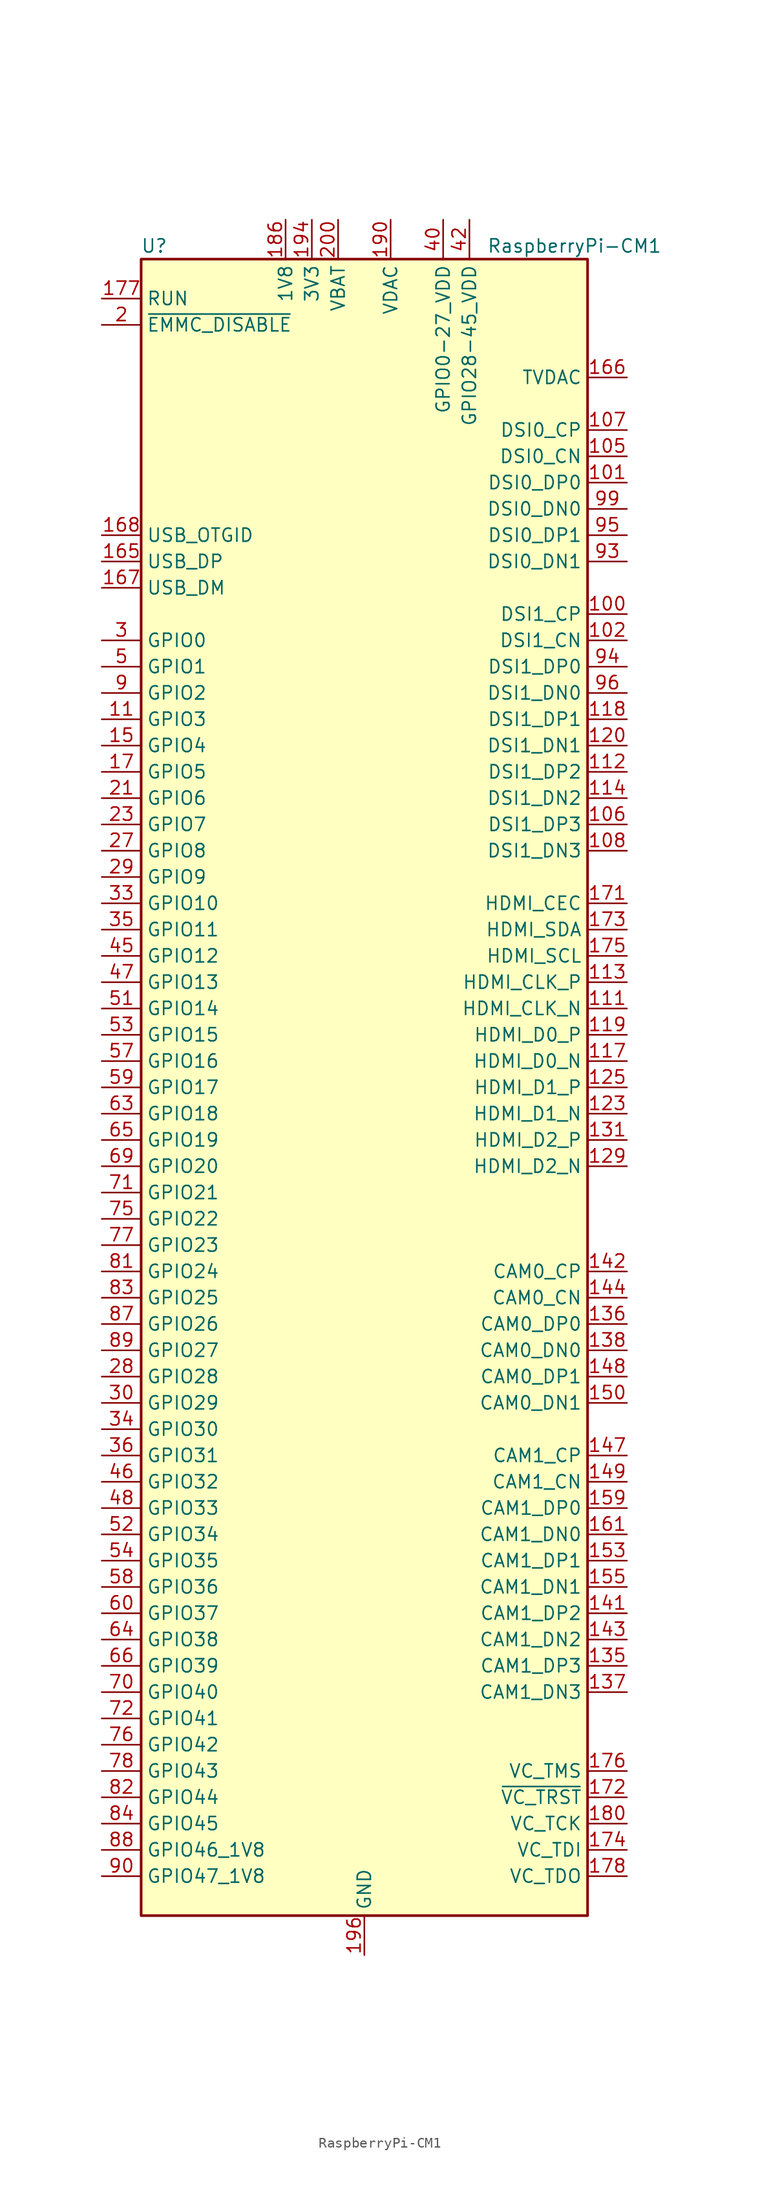
<source format=kicad_sym>
(kicad_symbol_lib
  (version 20201005)
  (generator kicad_symbol_editor)
  (symbol "MCU_Module:RaspberryPi-CM1"
    (property "Reference" "U"
      (at -20.32 81.28 0)
      (effects (font (size 1.27 1.27))))
    (property "Value" "RaspberryPi-CM1"
      (at 20.32 81.28 0)
      (effects (font (size 1.27 1.27))))
    (symbol "RaspberryPi-CM1_0_1"
      (rectangle (start -21.59 80.01) (end 21.59 -80.01) (stroke (width 0.254)) (fill (type background))))
    (symbol "RaspberryPi-CM1_1_1"
      (pin passive line (at 0 -83.82 90) (length 3.81) hide (name "GND" (effects (font (size 1.27 1.27)))) (number "1" (effects (font (size 1.27 1.27)))))
      (pin no_connect line (at -20.32 71.12 0) (length 2.54) hide (name "NC" (effects (font (size 1.27 1.27)))) (number "10" (effects (font (size 1.27 1.27)))))
      (pin output line (at 25.4 45.72 180) (length 3.81) (name "DSI1_CP" (effects (font (size 1.27 1.27)))) (number "100" (effects (font (size 1.27 1.27)))))
      (pin output line (at 25.4 58.42 180) (length 3.81) (name "DSI0_DP0" (effects (font (size 1.27 1.27)))) (number "101" (effects (font (size 1.27 1.27)))))
      (pin output line (at 25.4 43.18 180) (length 3.81) (name "DSI1_CN" (effects (font (size 1.27 1.27)))) (number "102" (effects (font (size 1.27 1.27)))))
      (pin passive line (at 0 -83.82 90) (length 3.81) hide (name "GND" (effects (font (size 1.27 1.27)))) (number "103" (effects (font (size 1.27 1.27)))))
      (pin passive line (at 0 -83.82 90) (length 3.81) hide (name "GND" (effects (font (size 1.27 1.27)))) (number "104" (effects (font (size 1.27 1.27)))))
      (pin output line (at 25.4 60.96 180) (length 3.81) (name "DSI0_CN" (effects (font (size 1.27 1.27)))) (number "105" (effects (font (size 1.27 1.27)))))
      (pin output line (at 25.4 25.4 180) (length 3.81) (name "DSI1_DP3" (effects (font (size 1.27 1.27)))) (number "106" (effects (font (size 1.27 1.27)))))
      (pin output line (at 25.4 63.5 180) (length 3.81) (name "DSI0_CP" (effects (font (size 1.27 1.27)))) (number "107" (effects (font (size 1.27 1.27)))))
      (pin output line (at 25.4 22.86 180) (length 3.81) (name "DSI1_DN3" (effects (font (size 1.27 1.27)))) (number "108" (effects (font (size 1.27 1.27)))))
      (pin passive line (at 0 -83.82 90) (length 3.81) hide (name "GND" (effects (font (size 1.27 1.27)))) (number "109" (effects (font (size 1.27 1.27)))))
      (pin bidirectional line (at -25.4 35.56 0) (length 3.81) (name "GPIO3" (effects (font (size 1.27 1.27)))) (number "11" (effects (font (size 1.27 1.27)))))
      (pin passive line (at 0 -83.82 90) (length 3.81) hide (name "GND" (effects (font (size 1.27 1.27)))) (number "110" (effects (font (size 1.27 1.27)))))
      (pin output line (at 25.4 7.62 180) (length 3.81) (name "HDMI_CLK_N" (effects (font (size 1.27 1.27)))) (number "111" (effects (font (size 1.27 1.27)))))
      (pin output line (at 25.4 30.48 180) (length 3.81) (name "DSI1_DP2" (effects (font (size 1.27 1.27)))) (number "112" (effects (font (size 1.27 1.27)))))
      (pin output line (at 25.4 10.16 180) (length 3.81) (name "HDMI_CLK_P" (effects (font (size 1.27 1.27)))) (number "113" (effects (font (size 1.27 1.27)))))
      (pin output line (at 25.4 27.94 180) (length 3.81) (name "DSI1_DN2" (effects (font (size 1.27 1.27)))) (number "114" (effects (font (size 1.27 1.27)))))
      (pin passive line (at 0 -83.82 90) (length 3.81) hide (name "GND" (effects (font (size 1.27 1.27)))) (number "115" (effects (font (size 1.27 1.27)))))
      (pin passive line (at 0 -83.82 90) (length 3.81) hide (name "GND" (effects (font (size 1.27 1.27)))) (number "116" (effects (font (size 1.27 1.27)))))
      (pin output line (at 25.4 2.54 180) (length 3.81) (name "HDMI_D0_N" (effects (font (size 1.27 1.27)))) (number "117" (effects (font (size 1.27 1.27)))))
      (pin output line (at 25.4 35.56 180) (length 3.81) (name "DSI1_DP1" (effects (font (size 1.27 1.27)))) (number "118" (effects (font (size 1.27 1.27)))))
      (pin output line (at 25.4 5.08 180) (length 3.81) (name "HDMI_D0_P" (effects (font (size 1.27 1.27)))) (number "119" (effects (font (size 1.27 1.27)))))
      (pin no_connect line (at -20.32 68.58 0) (length 2.54) hide (name "NC" (effects (font (size 1.27 1.27)))) (number "12" (effects (font (size 1.27 1.27)))))
      (pin output line (at 25.4 33.02 180) (length 3.81) (name "DSI1_DN1" (effects (font (size 1.27 1.27)))) (number "120" (effects (font (size 1.27 1.27)))))
      (pin passive line (at 0 -83.82 90) (length 3.81) hide (name "GND" (effects (font (size 1.27 1.27)))) (number "121" (effects (font (size 1.27 1.27)))))
      (pin passive line (at 0 -83.82 90) (length 3.81) hide (name "GND" (effects (font (size 1.27 1.27)))) (number "122" (effects (font (size 1.27 1.27)))))
      (pin output line (at 25.4 -2.54 180) (length 3.81) (name "HDMI_D1_N" (effects (font (size 1.27 1.27)))) (number "123" (effects (font (size 1.27 1.27)))))
      (pin no_connect line (at 20.32 76.2 180) (length 2.54) hide (name "NC" (effects (font (size 1.27 1.27)))) (number "124" (effects (font (size 1.27 1.27)))))
      (pin output line (at 25.4 0 180) (length 3.81) (name "HDMI_D1_P" (effects (font (size 1.27 1.27)))) (number "125" (effects (font (size 1.27 1.27)))))
      (pin no_connect line (at 20.32 73.66 180) (length 2.54) hide (name "NC" (effects (font (size 1.27 1.27)))) (number "126" (effects (font (size 1.27 1.27)))))
      (pin passive line (at 0 -83.82 90) (length 3.81) hide (name "GND" (effects (font (size 1.27 1.27)))) (number "127" (effects (font (size 1.27 1.27)))))
      (pin no_connect line (at 20.32 71.12 180) (length 2.54) hide (name "NC" (effects (font (size 1.27 1.27)))) (number "128" (effects (font (size 1.27 1.27)))))
      (pin output line (at 25.4 -7.62 180) (length 3.81) (name "HDMI_D2_N" (effects (font (size 1.27 1.27)))) (number "129" (effects (font (size 1.27 1.27)))))
      (pin passive line (at 0 -83.82 90) (length 3.81) hide (name "GND" (effects (font (size 1.27 1.27)))) (number "13" (effects (font (size 1.27 1.27)))))
      (pin no_connect line (at 20.32 66.04 180) (length 2.54) hide (name "NC" (effects (font (size 1.27 1.27)))) (number "130" (effects (font (size 1.27 1.27)))))
      (pin output line (at 25.4 -5.08 180) (length 3.81) (name "HDMI_D2_P" (effects (font (size 1.27 1.27)))) (number "131" (effects (font (size 1.27 1.27)))))
      (pin no_connect line (at 20.32 48.26 180) (length 2.54) hide (name "NC" (effects (font (size 1.27 1.27)))) (number "132" (effects (font (size 1.27 1.27)))))
      (pin passive line (at 0 -83.82 90) (length 3.81) hide (name "GND" (effects (font (size 1.27 1.27)))) (number "133" (effects (font (size 1.27 1.27)))))
      (pin passive line (at 0 -83.82 90) (length 3.81) hide (name "GND" (effects (font (size 1.27 1.27)))) (number "134" (effects (font (size 1.27 1.27)))))
      (pin input line (at 25.4 -55.88 180) (length 3.81) (name "CAM1_DP3" (effects (font (size 1.27 1.27)))) (number "135" (effects (font (size 1.27 1.27)))))
      (pin input line (at 25.4 -22.86 180) (length 3.81) (name "CAM0_DP0" (effects (font (size 1.27 1.27)))) (number "136" (effects (font (size 1.27 1.27)))))
      (pin input line (at 25.4 -58.42 180) (length 3.81) (name "CAM1_DN3" (effects (font (size 1.27 1.27)))) (number "137" (effects (font (size 1.27 1.27)))))
      (pin input line (at 25.4 -25.4 180) (length 3.81) (name "CAM0_DN0" (effects (font (size 1.27 1.27)))) (number "138" (effects (font (size 1.27 1.27)))))
      (pin passive line (at 0 -83.82 90) (length 3.81) hide (name "GND" (effects (font (size 1.27 1.27)))) (number "139" (effects (font (size 1.27 1.27)))))
      (pin no_connect line (at 5.08 -78.74 90) (length 2.54) hide (name "NC" (effects (font (size 1.27 1.27)))) (number "14" (effects (font (size 1.27 1.27)))))
      (pin passive line (at 0 -83.82 90) (length 3.81) hide (name "GND" (effects (font (size 1.27 1.27)))) (number "140" (effects (font (size 1.27 1.27)))))
      (pin input line (at 25.4 -50.8 180) (length 3.81) (name "CAM1_DP2" (effects (font (size 1.27 1.27)))) (number "141" (effects (font (size 1.27 1.27)))))
      (pin input line (at 25.4 -17.78 180) (length 3.81) (name "CAM0_CP" (effects (font (size 1.27 1.27)))) (number "142" (effects (font (size 1.27 1.27)))))
      (pin input line (at 25.4 -53.34 180) (length 3.81) (name "CAM1_DN2" (effects (font (size 1.27 1.27)))) (number "143" (effects (font (size 1.27 1.27)))))
      (pin input line (at 25.4 -20.32 180) (length 3.81) (name "CAM0_CN" (effects (font (size 1.27 1.27)))) (number "144" (effects (font (size 1.27 1.27)))))
      (pin passive line (at 0 -83.82 90) (length 3.81) hide (name "GND" (effects (font (size 1.27 1.27)))) (number "145" (effects (font (size 1.27 1.27)))))
      (pin passive line (at 0 -83.82 90) (length 3.81) hide (name "GND" (effects (font (size 1.27 1.27)))) (number "146" (effects (font (size 1.27 1.27)))))
      (pin input line (at 25.4 -35.56 180) (length 3.81) (name "CAM1_CP" (effects (font (size 1.27 1.27)))) (number "147" (effects (font (size 1.27 1.27)))))
      (pin input line (at 25.4 -27.94 180) (length 3.81) (name "CAM0_DP1" (effects (font (size 1.27 1.27)))) (number "148" (effects (font (size 1.27 1.27)))))
      (pin input line (at 25.4 -38.1 180) (length 3.81) (name "CAM1_CN" (effects (font (size 1.27 1.27)))) (number "149" (effects (font (size 1.27 1.27)))))
      (pin bidirectional line (at -25.4 33.02 0) (length 3.81) (name "GPIO4" (effects (font (size 1.27 1.27)))) (number "15" (effects (font (size 1.27 1.27)))))
      (pin input line (at 25.4 -30.48 180) (length 3.81) (name "CAM0_DN1" (effects (font (size 1.27 1.27)))) (number "150" (effects (font (size 1.27 1.27)))))
      (pin passive line (at 0 -83.82 90) (length 3.81) hide (name "GND" (effects (font (size 1.27 1.27)))) (number "151" (effects (font (size 1.27 1.27)))))
      (pin passive line (at 0 -83.82 90) (length 3.81) hide (name "GND" (effects (font (size 1.27 1.27)))) (number "152" (effects (font (size 1.27 1.27)))))
      (pin input line (at 25.4 -45.72 180) (length 3.81) (name "CAM1_DP1" (effects (font (size 1.27 1.27)))) (number "153" (effects (font (size 1.27 1.27)))))
      (pin no_connect line (at 20.32 -15.24 180) (length 2.54) hide (name "NC" (effects (font (size 1.27 1.27)))) (number "154" (effects (font (size 1.27 1.27)))))
      (pin input line (at 25.4 -48.26 180) (length 3.81) (name "CAM1_DN1" (effects (font (size 1.27 1.27)))) (number "155" (effects (font (size 1.27 1.27)))))
      (pin no_connect line (at 20.32 -12.7 180) (length 2.54) hide (name "NC" (effects (font (size 1.27 1.27)))) (number "156" (effects (font (size 1.27 1.27)))))
      (pin passive line (at 0 -83.82 90) (length 3.81) hide (name "GND" (effects (font (size 1.27 1.27)))) (number "157" (effects (font (size 1.27 1.27)))))
      (pin no_connect line (at 20.32 20.32 180) (length 2.54) hide (name "NC" (effects (font (size 1.27 1.27)))) (number "158" (effects (font (size 1.27 1.27)))))
      (pin input line (at 25.4 -40.64 180) (length 3.81) (name "CAM1_DP0" (effects (font (size 1.27 1.27)))) (number "159" (effects (font (size 1.27 1.27)))))
      (pin no_connect line (at -20.32 66.04 0) (length 2.54) hide (name "NC" (effects (font (size 1.27 1.27)))) (number "16" (effects (font (size 1.27 1.27)))))
      (pin no_connect line (at 20.32 -60.96 180) (length 2.54) hide (name "NC" (effects (font (size 1.27 1.27)))) (number "160" (effects (font (size 1.27 1.27)))))
      (pin input line (at 25.4 -43.18 180) (length 3.81) (name "CAM1_DN0" (effects (font (size 1.27 1.27)))) (number "161" (effects (font (size 1.27 1.27)))))
      (pin no_connect line (at 20.32 -63.5 180) (length 2.54) hide (name "NC" (effects (font (size 1.27 1.27)))) (number "162" (effects (font (size 1.27 1.27)))))
      (pin passive line (at 0 -83.82 90) (length 3.81) hide (name "GND" (effects (font (size 1.27 1.27)))) (number "163" (effects (font (size 1.27 1.27)))))
      (pin passive line (at 0 -83.82 90) (length 3.81) hide (name "GND" (effects (font (size 1.27 1.27)))) (number "164" (effects (font (size 1.27 1.27)))))
      (pin bidirectional line (at -25.4 50.8 0) (length 3.81) (name "USB_DP" (effects (font (size 1.27 1.27)))) (number "165" (effects (font (size 1.27 1.27)))))
      (pin output line (at 25.4 68.58 180) (length 3.81) (name "TVDAC" (effects (font (size 1.27 1.27)))) (number "166" (effects (font (size 1.27 1.27)))))
      (pin bidirectional line (at -25.4 48.26 0) (length 3.81) (name "USB_DM" (effects (font (size 1.27 1.27)))) (number "167" (effects (font (size 1.27 1.27)))))
      (pin passive line (at -25.4 53.34 0) (length 3.81) (name "USB_OTGID" (effects (font (size 1.27 1.27)))) (number "168" (effects (font (size 1.27 1.27)))))
      (pin passive line (at 0 -83.82 90) (length 3.81) hide (name "GND" (effects (font (size 1.27 1.27)))) (number "169" (effects (font (size 1.27 1.27)))))
      (pin bidirectional line (at -25.4 30.48 0) (length 3.81) (name "GPIO5" (effects (font (size 1.27 1.27)))) (number "17" (effects (font (size 1.27 1.27)))))
      (pin passive line (at 0 -83.82 90) (length 3.81) hide (name "GND" (effects (font (size 1.27 1.27)))) (number "170" (effects (font (size 1.27 1.27)))))
      (pin bidirectional line (at 25.4 17.78 180) (length 3.81) (name "HDMI_CEC" (effects (font (size 1.27 1.27)))) (number "171" (effects (font (size 1.27 1.27)))))
      (pin input line (at 25.4 -68.58 180) (length 3.81) (name "~VC_TRST" (effects (font (size 1.27 1.27)))) (number "172" (effects (font (size 1.27 1.27)))))
      (pin bidirectional line (at 25.4 15.24 180) (length 3.81) (name "HDMI_SDA" (effects (font (size 1.27 1.27)))) (number "173" (effects (font (size 1.27 1.27)))))
      (pin input line (at 25.4 -73.66 180) (length 3.81) (name "VC_TDI" (effects (font (size 1.27 1.27)))) (number "174" (effects (font (size 1.27 1.27)))))
      (pin bidirectional line (at 25.4 12.7 180) (length 3.81) (name "HDMI_SCL" (effects (font (size 1.27 1.27)))) (number "175" (effects (font (size 1.27 1.27)))))
      (pin input line (at 25.4 -66.04 180) (length 3.81) (name "VC_TMS" (effects (font (size 1.27 1.27)))) (number "176" (effects (font (size 1.27 1.27)))))
      (pin input line (at -25.4 76.2 0) (length 3.81) (name "RUN" (effects (font (size 1.27 1.27)))) (number "177" (effects (font (size 1.27 1.27)))))
      (pin output line (at 25.4 -76.2 180) (length 3.81) (name "VC_TDO" (effects (font (size 1.27 1.27)))) (number "178" (effects (font (size 1.27 1.27)))))
      (pin no_connect line (at 0 78.74 270) (length 2.54) hide (name "VDD_CORE_(DO_NOT_CONNECT)" (effects (font (size 1.27 1.27)))) (number "179" (effects (font (size 1.27 1.27)))))
      (pin no_connect line (at -20.32 63.5 0) (length 2.54) hide (name "NC" (effects (font (size 1.27 1.27)))) (number "18" (effects (font (size 1.27 1.27)))))
      (pin input line (at 25.4 -71.12 180) (length 3.81) (name "VC_TCK" (effects (font (size 1.27 1.27)))) (number "180" (effects (font (size 1.27 1.27)))))
      (pin passive line (at 0 -83.82 90) (length 3.81) hide (name "GND" (effects (font (size 1.27 1.27)))) (number "181" (effects (font (size 1.27 1.27)))))
      (pin passive line (at 0 -83.82 90) (length 3.81) hide (name "GND" (effects (font (size 1.27 1.27)))) (number "182" (effects (font (size 1.27 1.27)))))
      (pin passive line (at -7.62 83.82 270) (length 3.81) hide (name "1V8" (effects (font (size 1.27 1.27)))) (number "183" (effects (font (size 1.27 1.27)))))
      (pin passive line (at -7.62 83.82 270) (length 3.81) hide (name "1V8" (effects (font (size 1.27 1.27)))) (number "184" (effects (font (size 1.27 1.27)))))
      (pin passive line (at -7.62 83.82 270) (length 3.81) hide (name "1V8" (effects (font (size 1.27 1.27)))) (number "185" (effects (font (size 1.27 1.27)))))
      (pin power_in line (at -7.62 83.82 270) (length 3.81) (name "1V8" (effects (font (size 1.27 1.27)))) (number "186" (effects (font (size 1.27 1.27)))))
      (pin passive line (at 0 -83.82 90) (length 3.81) hide (name "GND" (effects (font (size 1.27 1.27)))) (number "187" (effects (font (size 1.27 1.27)))))
      (pin passive line (at 0 -83.82 90) (length 3.81) hide (name "GND" (effects (font (size 1.27 1.27)))) (number "188" (effects (font (size 1.27 1.27)))))
      (pin passive line (at 2.54 83.82 270) (length 3.81) hide (name "VDAC" (effects (font (size 1.27 1.27)))) (number "189" (effects (font (size 1.27 1.27)))))
      (pin passive line (at 0 -83.82 90) (length 3.81) hide (name "GND" (effects (font (size 1.27 1.27)))) (number "19" (effects (font (size 1.27 1.27)))))
      (pin power_in line (at 2.54 83.82 270) (length 3.81) (name "VDAC" (effects (font (size 1.27 1.27)))) (number "190" (effects (font (size 1.27 1.27)))))
      (pin passive line (at -5.08 83.82 270) (length 3.81) hide (name "3V3" (effects (font (size 1.27 1.27)))) (number "191" (effects (font (size 1.27 1.27)))))
      (pin passive line (at -5.08 83.82 270) (length 3.81) hide (name "3V3" (effects (font (size 1.27 1.27)))) (number "192" (effects (font (size 1.27 1.27)))))
      (pin passive line (at -5.08 83.82 270) (length 3.81) hide (name "3V3" (effects (font (size 1.27 1.27)))) (number "193" (effects (font (size 1.27 1.27)))))
      (pin power_in line (at -5.08 83.82 270) (length 3.81) (name "3V3" (effects (font (size 1.27 1.27)))) (number "194" (effects (font (size 1.27 1.27)))))
      (pin passive line (at 0 -83.82 90) (length 3.81) hide (name "GND" (effects (font (size 1.27 1.27)))) (number "195" (effects (font (size 1.27 1.27)))))
      (pin power_out line (at 0 -83.82 90) (length 3.81) (name "GND" (effects (font (size 1.27 1.27)))) (number "196" (effects (font (size 1.27 1.27)))))
      (pin passive line (at -2.54 83.82 270) (length 3.81) hide (name "VBAT" (effects (font (size 1.27 1.27)))) (number "197" (effects (font (size 1.27 1.27)))))
      (pin passive line (at -2.54 83.82 270) (length 3.81) hide (name "VBAT" (effects (font (size 1.27 1.27)))) (number "198" (effects (font (size 1.27 1.27)))))
      (pin passive line (at -2.54 83.82 270) (length 3.81) hide (name "VBAT" (effects (font (size 1.27 1.27)))) (number "199" (effects (font (size 1.27 1.27)))))
      (pin input line (at -25.4 73.66 0) (length 3.81) (name "~EMMC_DISABLE" (effects (font (size 1.27 1.27)))) (number "2" (effects (font (size 1.27 1.27)))))
      (pin no_connect line (at 7.62 -78.74 90) (length 2.54) hide (name "NC" (effects (font (size 1.27 1.27)))) (number "20" (effects (font (size 1.27 1.27)))))
      (pin power_in line (at -2.54 83.82 270) (length 3.81) (name "VBAT" (effects (font (size 1.27 1.27)))) (number "200" (effects (font (size 1.27 1.27)))))
      (pin bidirectional line (at -25.4 27.94 0) (length 3.81) (name "GPIO6" (effects (font (size 1.27 1.27)))) (number "21" (effects (font (size 1.27 1.27)))))
      (pin no_connect line (at -20.32 60.96 0) (length 2.54) hide (name "NC" (effects (font (size 1.27 1.27)))) (number "22" (effects (font (size 1.27 1.27)))))
      (pin bidirectional line (at -25.4 25.4 0) (length 3.81) (name "GPIO7" (effects (font (size 1.27 1.27)))) (number "23" (effects (font (size 1.27 1.27)))))
      (pin no_connect line (at -20.32 58.42 0) (length 2.54) hide (name "NC" (effects (font (size 1.27 1.27)))) (number "24" (effects (font (size 1.27 1.27)))))
      (pin passive line (at 0 -83.82 90) (length 3.81) hide (name "GND" (effects (font (size 1.27 1.27)))) (number "25" (effects (font (size 1.27 1.27)))))
      (pin passive line (at 0 -83.82 90) (length 3.81) hide (name "GND" (effects (font (size 1.27 1.27)))) (number "26" (effects (font (size 1.27 1.27)))))
      (pin bidirectional line (at -25.4 22.86 0) (length 3.81) (name "GPIO8" (effects (font (size 1.27 1.27)))) (number "27" (effects (font (size 1.27 1.27)))))
      (pin bidirectional line (at -25.4 -27.94 0) (length 3.81) (name "GPIO28" (effects (font (size 1.27 1.27)))) (number "28" (effects (font (size 1.27 1.27)))))
      (pin bidirectional line (at -25.4 20.32 0) (length 3.81) (name "GPIO9" (effects (font (size 1.27 1.27)))) (number "29" (effects (font (size 1.27 1.27)))))
      (pin bidirectional line (at -25.4 43.18 0) (length 3.81) (name "GPIO0" (effects (font (size 1.27 1.27)))) (number "3" (effects (font (size 1.27 1.27)))))
      (pin bidirectional line (at -25.4 -30.48 0) (length 3.81) (name "GPIO29" (effects (font (size 1.27 1.27)))) (number "30" (effects (font (size 1.27 1.27)))))
      (pin passive line (at 0 -83.82 90) (length 3.81) hide (name "GND" (effects (font (size 1.27 1.27)))) (number "31" (effects (font (size 1.27 1.27)))))
      (pin passive line (at 0 -83.82 90) (length 3.81) hide (name "GND" (effects (font (size 1.27 1.27)))) (number "32" (effects (font (size 1.27 1.27)))))
      (pin bidirectional line (at -25.4 17.78 0) (length 3.81) (name "GPIO10" (effects (font (size 1.27 1.27)))) (number "33" (effects (font (size 1.27 1.27)))))
      (pin bidirectional line (at -25.4 -33.02 0) (length 3.81) (name "GPIO30" (effects (font (size 1.27 1.27)))) (number "34" (effects (font (size 1.27 1.27)))))
      (pin bidirectional line (at -25.4 15.24 0) (length 3.81) (name "GPIO11" (effects (font (size 1.27 1.27)))) (number "35" (effects (font (size 1.27 1.27)))))
      (pin bidirectional line (at -25.4 -35.56 0) (length 3.81) (name "GPIO31" (effects (font (size 1.27 1.27)))) (number "36" (effects (font (size 1.27 1.27)))))
      (pin passive line (at 0 -83.82 90) (length 3.81) hide (name "GND" (effects (font (size 1.27 1.27)))) (number "37" (effects (font (size 1.27 1.27)))))
      (pin passive line (at 0 -83.82 90) (length 3.81) hide (name "GND" (effects (font (size 1.27 1.27)))) (number "38" (effects (font (size 1.27 1.27)))))
      (pin passive line (at 7.62 83.82 270) (length 3.81) hide (name "GPIO0-27_VDD" (effects (font (size 1.27 1.27)))) (number "39" (effects (font (size 1.27 1.27)))))
      (pin no_connect line (at 5.08 78.74 270) (length 2.54) hide (name "NC" (effects (font (size 1.27 1.27)))) (number "4" (effects (font (size 1.27 1.27)))))
      (pin power_in line (at 7.62 83.82 270) (length 3.81) (name "GPIO0-27_VDD" (effects (font (size 1.27 1.27)))) (number "40" (effects (font (size 1.27 1.27)))))
      (pin passive line (at 10.16 83.82 270) (length 3.81) hide (name "GPIO28-45_VDD" (effects (font (size 1.27 1.27)))) (number "41" (effects (font (size 1.27 1.27)))))
      (pin power_in line (at 10.16 83.82 270) (length 3.81) (name "GPIO28-45_VDD" (effects (font (size 1.27 1.27)))) (number "42" (effects (font (size 1.27 1.27)))))
      (pin passive line (at 0 -83.82 90) (length 3.81) hide (name "GND" (effects (font (size 1.27 1.27)))) (number "43" (effects (font (size 1.27 1.27)))))
      (pin passive line (at 0 -83.82 90) (length 3.81) hide (name "GND" (effects (font (size 1.27 1.27)))) (number "44" (effects (font (size 1.27 1.27)))))
      (pin bidirectional line (at -25.4 12.7 0) (length 3.81) (name "GPIO12" (effects (font (size 1.27 1.27)))) (number "45" (effects (font (size 1.27 1.27)))))
      (pin bidirectional line (at -25.4 -38.1 0) (length 3.81) (name "GPIO32" (effects (font (size 1.27 1.27)))) (number "46" (effects (font (size 1.27 1.27)))))
      (pin bidirectional line (at -25.4 10.16 0) (length 3.81) (name "GPIO13" (effects (font (size 1.27 1.27)))) (number "47" (effects (font (size 1.27 1.27)))))
      (pin bidirectional line (at -25.4 -40.64 0) (length 3.81) (name "GPIO33" (effects (font (size 1.27 1.27)))) (number "48" (effects (font (size 1.27 1.27)))))
      (pin passive line (at 0 -83.82 90) (length 3.81) hide (name "GND" (effects (font (size 1.27 1.27)))) (number "49" (effects (font (size 1.27 1.27)))))
      (pin bidirectional line (at -25.4 40.64 0) (length 3.81) (name "GPIO1" (effects (font (size 1.27 1.27)))) (number "5" (effects (font (size 1.27 1.27)))))
      (pin passive line (at 0 -83.82 90) (length 3.81) hide (name "GND" (effects (font (size 1.27 1.27)))) (number "50" (effects (font (size 1.27 1.27)))))
      (pin bidirectional line (at -25.4 7.62 0) (length 3.81) (name "GPIO14" (effects (font (size 1.27 1.27)))) (number "51" (effects (font (size 1.27 1.27)))))
      (pin bidirectional line (at -25.4 -43.18 0) (length 3.81) (name "GPIO34" (effects (font (size 1.27 1.27)))) (number "52" (effects (font (size 1.27 1.27)))))
      (pin bidirectional line (at -25.4 5.08 0) (length 3.81) (name "GPIO15" (effects (font (size 1.27 1.27)))) (number "53" (effects (font (size 1.27 1.27)))))
      (pin bidirectional line (at -25.4 -45.72 0) (length 3.81) (name "GPIO35" (effects (font (size 1.27 1.27)))) (number "54" (effects (font (size 1.27 1.27)))))
      (pin passive line (at 0 -83.82 90) (length 3.81) hide (name "GND" (effects (font (size 1.27 1.27)))) (number "55" (effects (font (size 1.27 1.27)))))
      (pin passive line (at 0 -83.82 90) (length 3.81) hide (name "GND" (effects (font (size 1.27 1.27)))) (number "56" (effects (font (size 1.27 1.27)))))
      (pin bidirectional line (at -25.4 2.54 0) (length 3.81) (name "GPIO16" (effects (font (size 1.27 1.27)))) (number "57" (effects (font (size 1.27 1.27)))))
      (pin bidirectional line (at -25.4 -48.26 0) (length 3.81) (name "GPIO36" (effects (font (size 1.27 1.27)))) (number "58" (effects (font (size 1.27 1.27)))))
      (pin bidirectional line (at -25.4 0 0) (length 3.81) (name "GPIO17" (effects (font (size 1.27 1.27)))) (number "59" (effects (font (size 1.27 1.27)))))
      (pin no_connect line (at 12.7 78.74 270) (length 2.54) hide (name "NC" (effects (font (size 1.27 1.27)))) (number "6" (effects (font (size 1.27 1.27)))))
      (pin bidirectional line (at -25.4 -50.8 0) (length 3.81) (name "GPIO37" (effects (font (size 1.27 1.27)))) (number "60" (effects (font (size 1.27 1.27)))))
      (pin passive line (at 0 -83.82 90) (length 3.81) hide (name "GND" (effects (font (size 1.27 1.27)))) (number "61" (effects (font (size 1.27 1.27)))))
      (pin passive line (at 0 -83.82 90) (length 3.81) hide (name "GND" (effects (font (size 1.27 1.27)))) (number "62" (effects (font (size 1.27 1.27)))))
      (pin bidirectional line (at -25.4 -2.54 0) (length 3.81) (name "GPIO18" (effects (font (size 1.27 1.27)))) (number "63" (effects (font (size 1.27 1.27)))))
      (pin bidirectional line (at -25.4 -53.34 0) (length 3.81) (name "GPIO38" (effects (font (size 1.27 1.27)))) (number "64" (effects (font (size 1.27 1.27)))))
      (pin bidirectional line (at -25.4 -5.08 0) (length 3.81) (name "GPIO19" (effects (font (size 1.27 1.27)))) (number "65" (effects (font (size 1.27 1.27)))))
      (pin bidirectional line (at -25.4 -55.88 0) (length 3.81) (name "GPIO39" (effects (font (size 1.27 1.27)))) (number "66" (effects (font (size 1.27 1.27)))))
      (pin passive line (at 0 -83.82 90) (length 3.81) hide (name "GND" (effects (font (size 1.27 1.27)))) (number "67" (effects (font (size 1.27 1.27)))))
      (pin passive line (at 0 -83.82 90) (length 3.81) hide (name "GND" (effects (font (size 1.27 1.27)))) (number "68" (effects (font (size 1.27 1.27)))))
      (pin bidirectional line (at -25.4 -7.62 0) (length 3.81) (name "GPIO20" (effects (font (size 1.27 1.27)))) (number "69" (effects (font (size 1.27 1.27)))))
      (pin passive line (at 0 -83.82 90) (length 3.81) hide (name "GND" (effects (font (size 1.27 1.27)))) (number "7" (effects (font (size 1.27 1.27)))))
      (pin bidirectional line (at -25.4 -58.42 0) (length 3.81) (name "GPIO40" (effects (font (size 1.27 1.27)))) (number "70" (effects (font (size 1.27 1.27)))))
      (pin bidirectional line (at -25.4 -10.16 0) (length 3.81) (name "GPIO21" (effects (font (size 1.27 1.27)))) (number "71" (effects (font (size 1.27 1.27)))))
      (pin bidirectional line (at -25.4 -60.96 0) (length 3.81) (name "GPIO41" (effects (font (size 1.27 1.27)))) (number "72" (effects (font (size 1.27 1.27)))))
      (pin passive line (at 0 -83.82 90) (length 3.81) hide (name "GND" (effects (font (size 1.27 1.27)))) (number "73" (effects (font (size 1.27 1.27)))))
      (pin passive line (at 0 -83.82 90) (length 3.81) hide (name "GND" (effects (font (size 1.27 1.27)))) (number "74" (effects (font (size 1.27 1.27)))))
      (pin bidirectional line (at -25.4 -12.7 0) (length 3.81) (name "GPIO22" (effects (font (size 1.27 1.27)))) (number "75" (effects (font (size 1.27 1.27)))))
      (pin bidirectional line (at -25.4 -63.5 0) (length 3.81) (name "GPIO42" (effects (font (size 1.27 1.27)))) (number "76" (effects (font (size 1.27 1.27)))))
      (pin bidirectional line (at -25.4 -15.24 0) (length 3.81) (name "GPIO23" (effects (font (size 1.27 1.27)))) (number "77" (effects (font (size 1.27 1.27)))))
      (pin bidirectional line (at -25.4 -66.04 0) (length 3.81) (name "GPIO43" (effects (font (size 1.27 1.27)))) (number "78" (effects (font (size 1.27 1.27)))))
      (pin passive line (at 0 -83.82 90) (length 3.81) hide (name "GND" (effects (font (size 1.27 1.27)))) (number "79" (effects (font (size 1.27 1.27)))))
      (pin no_connect line (at 2.54 -78.74 90) (length 2.54) hide (name "NC" (effects (font (size 1.27 1.27)))) (number "8" (effects (font (size 1.27 1.27)))))
      (pin passive line (at 0 -83.82 90) (length 3.81) hide (name "GND" (effects (font (size 1.27 1.27)))) (number "80" (effects (font (size 1.27 1.27)))))
      (pin bidirectional line (at -25.4 -17.78 0) (length 3.81) (name "GPIO24" (effects (font (size 1.27 1.27)))) (number "81" (effects (font (size 1.27 1.27)))))
      (pin bidirectional line (at -25.4 -68.58 0) (length 3.81) (name "GPIO44" (effects (font (size 1.27 1.27)))) (number "82" (effects (font (size 1.27 1.27)))))
      (pin bidirectional line (at -25.4 -20.32 0) (length 3.81) (name "GPIO25" (effects (font (size 1.27 1.27)))) (number "83" (effects (font (size 1.27 1.27)))))
      (pin bidirectional line (at -25.4 -71.12 0) (length 3.81) (name "GPIO45" (effects (font (size 1.27 1.27)))) (number "84" (effects (font (size 1.27 1.27)))))
      (pin passive line (at 0 -83.82 90) (length 3.81) hide (name "GND" (effects (font (size 1.27 1.27)))) (number "85" (effects (font (size 1.27 1.27)))))
      (pin passive line (at 0 -83.82 90) (length 3.81) hide (name "GND" (effects (font (size 1.27 1.27)))) (number "86" (effects (font (size 1.27 1.27)))))
      (pin bidirectional line (at -25.4 -22.86 0) (length 3.81) (name "GPIO26" (effects (font (size 1.27 1.27)))) (number "87" (effects (font (size 1.27 1.27)))))
      (pin bidirectional line (at -25.4 -73.66 0) (length 3.81) (name "GPIO46_1V8" (effects (font (size 1.27 1.27)))) (number "88" (effects (font (size 1.27 1.27)))))
      (pin bidirectional line (at -25.4 -25.4 0) (length 3.81) (name "GPIO27" (effects (font (size 1.27 1.27)))) (number "89" (effects (font (size 1.27 1.27)))))
      (pin bidirectional line (at -25.4 38.1 0) (length 3.81) (name "GPIO2" (effects (font (size 1.27 1.27)))) (number "9" (effects (font (size 1.27 1.27)))))
      (pin bidirectional line (at -25.4 -76.2 0) (length 3.81) (name "GPIO47_1V8" (effects (font (size 1.27 1.27)))) (number "90" (effects (font (size 1.27 1.27)))))
      (pin passive line (at 0 -83.82 90) (length 3.81) hide (name "GND" (effects (font (size 1.27 1.27)))) (number "91" (effects (font (size 1.27 1.27)))))
      (pin passive line (at 0 -83.82 90) (length 3.81) hide (name "GND" (effects (font (size 1.27 1.27)))) (number "92" (effects (font (size 1.27 1.27)))))
      (pin output line (at 25.4 50.8 180) (length 3.81) (name "DSI0_DN1" (effects (font (size 1.27 1.27)))) (number "93" (effects (font (size 1.27 1.27)))))
      (pin output line (at 25.4 40.64 180) (length 3.81) (name "DSI1_DP0" (effects (font (size 1.27 1.27)))) (number "94" (effects (font (size 1.27 1.27)))))
      (pin output line (at 25.4 53.34 180) (length 3.81) (name "DSI0_DP1" (effects (font (size 1.27 1.27)))) (number "95" (effects (font (size 1.27 1.27)))))
      (pin output line (at 25.4 38.1 180) (length 3.81) (name "DSI1_DN0" (effects (font (size 1.27 1.27)))) (number "96" (effects (font (size 1.27 1.27)))))
      (pin passive line (at 0 -83.82 90) (length 3.81) hide (name "GND" (effects (font (size 1.27 1.27)))) (number "97" (effects (font (size 1.27 1.27)))))
      (pin passive line (at 0 -83.82 90) (length 3.81) hide (name "GND" (effects (font (size 1.27 1.27)))) (number "98" (effects (font (size 1.27 1.27)))))
      (pin output line (at 25.4 55.88 180) (length 3.81) (name "DSI0_DN0" (effects (font (size 1.27 1.27)))) (number "99" (effects (font (size 1.27 1.27))))))))
</source>
